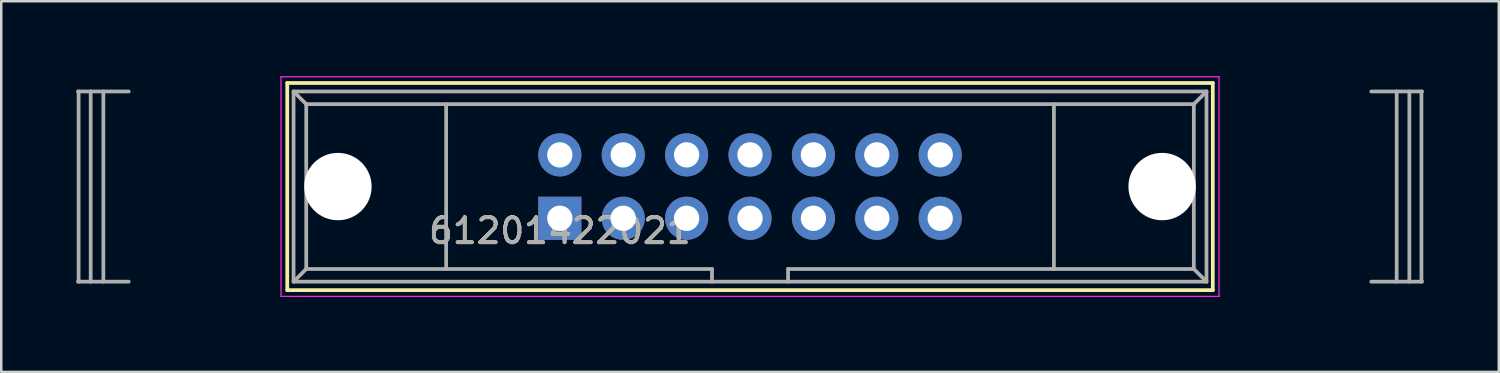
<source format=kicad_pcb>
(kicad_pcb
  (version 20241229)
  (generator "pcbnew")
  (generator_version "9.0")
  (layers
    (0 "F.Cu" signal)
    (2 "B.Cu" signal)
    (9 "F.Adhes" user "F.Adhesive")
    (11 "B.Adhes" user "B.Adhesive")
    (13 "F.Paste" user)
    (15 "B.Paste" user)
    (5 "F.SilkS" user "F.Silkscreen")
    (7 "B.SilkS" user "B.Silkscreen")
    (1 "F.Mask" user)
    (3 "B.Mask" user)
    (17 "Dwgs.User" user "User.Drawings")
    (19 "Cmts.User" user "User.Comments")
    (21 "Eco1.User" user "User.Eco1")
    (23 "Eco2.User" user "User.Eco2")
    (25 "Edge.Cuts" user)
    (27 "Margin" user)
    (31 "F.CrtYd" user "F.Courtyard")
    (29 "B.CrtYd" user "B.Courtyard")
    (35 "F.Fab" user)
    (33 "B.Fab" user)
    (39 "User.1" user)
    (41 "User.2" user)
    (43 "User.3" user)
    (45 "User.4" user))
  (footprint "61201422021"
    (layer "F.Cu")
    (at 26.999 4.425)
    (property "Reference" "61201422021" (at -7.62 1.77 0) (layer "F.SilkS") (effects (font (size 1 1) (thickness 0.15))))
    (attr through_hole)
    (fp_line (start -18.54 -4.15) (end -18.54 4.15) (stroke (width 0.15) (type solid)) (layer "F.SilkS"))
    (fp_line (start -18.54 4.15) (end 18.54 4.15) (stroke (width 0.15) (type solid)) (layer "F.SilkS"))
    (fp_line (start 18.54 -4.15) (end -18.54 -4.15) (stroke (width 0.15) (type solid)) (layer "F.SilkS"))
    (fp_line (start 18.54 4.15) (end 18.54 -4.15) (stroke (width 0.15) (type solid)) (layer "F.SilkS"))
    (fp_line (start -18.79 -4.4) (end 18.79 -4.4) (stroke (width 0.05) (type solid)) (layer "F.CrtYd"))
    (fp_line (start -18.79 4.4) (end -18.79 -4.4) (stroke (width 0.05) (type solid)) (layer "F.CrtYd"))
    (fp_line (start 18.79 -4.4) (end 18.79 4.4) (stroke (width 0.05) (type solid)) (layer "F.CrtYd"))
    (fp_line (start 18.79 4.4) (end -18.79 4.4) (stroke (width 0.05) (type solid)) (layer "F.CrtYd"))
    (fp_line (start -26.924 -3.81) (end -24.892 -3.81) (stroke (width 0.15) (type solid)) (layer "F.Fab"))
    (fp_line (start -26.924 3.81) (end -24.892 3.81) (stroke (width 0.15) (type solid)) (layer "F.Fab"))
    (fp_line (start -26.9 -3.81) (end -26.9 3.81) (stroke (width 0.15) (type solid)) (layer "F.Fab"))
    (fp_line (start -26.416 3.81) (end -26.416 -3.81) (stroke (width 0.15) (type solid)) (layer "F.Fab"))
    (fp_line (start -25.908 -3.81) (end -25.908 3.81) (stroke (width 0.15) (type solid)) (layer "F.Fab"))
    (fp_line (start -18.288 -3.81) (end -18.288 3.81) (stroke (width 0.15) (type solid)) (layer "F.Fab"))
    (fp_line (start -18.288 -3.81) (end -17.78 -3.302) (stroke (width 0.15) (type solid)) (layer "F.Fab"))
    (fp_line (start -18.288 3.81) (end -17.78 3.302) (stroke (width 0.15) (type solid)) (layer "F.Fab"))
    (fp_line (start -18.288 3.81) (end 18.288 3.81) (stroke (width 0.15) (type solid)) (layer "F.Fab"))
    (fp_line (start -17.78 -3.302) (end -17.78 3.302) (stroke (width 0.15) (type solid)) (layer "F.Fab"))
    (fp_line (start -17.78 3.302) (end -1.524 3.302) (stroke (width 0.15) (type solid)) (layer "F.Fab"))
    (fp_line (start -12.175 -3.302) (end -12.175 3.302) (stroke (width 0.15) (type solid)) (layer "F.Fab"))
    (fp_line (start -1.524 3.302) (end -1.524 3.81) (stroke (width 0.15) (type solid)) (layer "F.Fab"))
    (fp_line (start 1.524 3.302) (end 17.78 3.302) (stroke (width 0.15) (type solid)) (layer "F.Fab"))
    (fp_line (start 1.524 3.81) (end 1.524 3.302) (stroke (width 0.15) (type solid)) (layer "F.Fab"))
    (fp_line (start 12.175 -3.302) (end 12.175 3.302) (stroke (width 0.15) (type solid)) (layer "F.Fab"))
    (fp_line (start 17.78 -3.302) (end -17.78 -3.302) (stroke (width 0.15) (type solid)) (layer "F.Fab"))
    (fp_line (start 17.78 -3.302) (end 18.288 -3.81) (stroke (width 0.15) (type solid)) (layer "F.Fab"))
    (fp_line (start 17.78 3.302) (end 17.78 -3.302) (stroke (width 0.15) (type solid)) (layer "F.Fab"))
    (fp_line (start 17.78 3.302) (end 18.288 3.81) (stroke (width 0.15) (type solid)) (layer "F.Fab"))
    (fp_line (start 18.288 -3.81) (end -18.288 -3.81) (stroke (width 0.15) (type solid)) (layer "F.Fab"))
    (fp_line (start 18.288 3.81) (end 18.288 -3.81) (stroke (width 0.15) (type solid)) (layer "F.Fab"))
    (fp_line (start 25.908 3.81) (end 25.908 -3.81) (stroke (width 0.15) (type solid)) (layer "F.Fab"))
    (fp_line (start 26.416 -3.81) (end 26.416 3.81) (stroke (width 0.15) (type solid)) (layer "F.Fab"))
    (fp_line (start 26.9 -3.81) (end 26.9 3.81) (stroke (width 0.15) (type solid)) (layer "F.Fab"))
    (fp_line (start 26.924 -3.81) (end 24.892 -3.81) (stroke (width 0.15) (type solid)) (layer "F.Fab"))
    (fp_line (start 26.924 3.81) (end 24.892 3.81) (stroke (width 0.15) (type solid)) (layer "F.Fab"))
    (fp_text user "${REFERENCE}" (at -7.62 1.778 0) (layer "F.Fab") (effects (font (size 1 1) (thickness 0.15))))
    (pad "" np_thru_hole circle (at -16.51 0) (size 2.7 2.7) (drill 2.7) (layers "*.Cu" "*.Mask"))
    (pad "" np_thru_hole circle (at 16.51 0) (size 2.7 2.7) (drill 2.7) (layers "*.Cu" "*.Mask"))
    (pad "1" thru_hole rect (at -7.62 1.27) (size 1.727 1.727) (drill 1.016) (layers "*.Cu" "*.Mask"))
    (pad "2" thru_hole circle (at -7.62 -1.27) (size 1.727 1.727) (drill 1.016) (layers "*.Cu" "*.Mask"))
    (pad "3" thru_hole circle (at -5.08 1.27) (size 1.727 1.727) (drill 1.016) (layers "*.Cu" "*.Mask"))
    (pad "4" thru_hole circle (at -5.08 -1.27) (size 1.727 1.727) (drill 1.016) (layers "*.Cu" "*.Mask"))
    (pad "5" thru_hole circle (at -2.54 1.27) (size 1.727 1.727) (drill 1.016) (layers "*.Cu" "*.Mask"))
    (pad "6" thru_hole circle (at -2.54 -1.27) (size 1.727 1.727) (drill 1.016) (layers "*.Cu" "*.Mask"))
    (pad "7" thru_hole circle (at 0 1.27) (size 1.727 1.727) (drill 1.016) (layers "*.Cu" "*.Mask"))
    (pad "8" thru_hole circle (at 0 -1.27) (size 1.727 1.727) (drill 1.016) (layers "*.Cu" "*.Mask"))
    (pad "9" thru_hole circle (at 2.54 1.27) (size 1.727 1.727) (drill 1.016) (layers "*.Cu" "*.Mask"))
    (pad "10" thru_hole circle (at 2.54 -1.27) (size 1.727 1.727) (drill 1.016) (layers "*.Cu" "*.Mask"))
    (pad "11" thru_hole circle (at 5.08 1.27) (size 1.727 1.727) (drill 1.016) (layers "*.Cu" "*.Mask"))
    (pad "12" thru_hole circle (at 5.08 -1.27) (size 1.727 1.727) (drill 1.016) (layers "*.Cu" "*.Mask"))
    (pad "13" thru_hole circle (at 7.62 1.27) (size 1.727 1.727) (drill 1.016) (layers "*.Cu" "*.Mask"))
    (pad "14" thru_hole circle (at 7.62 -1.27) (size 1.727 1.727) (drill 1.016) (layers "*.Cu" "*.Mask")))
  (gr_rect
    (start -3 -3)
    (end 56.998 11.85)
    (stroke (width 0.1) (type default))
    (fill no)
    (layer "Edge.Cuts")))
</source>
